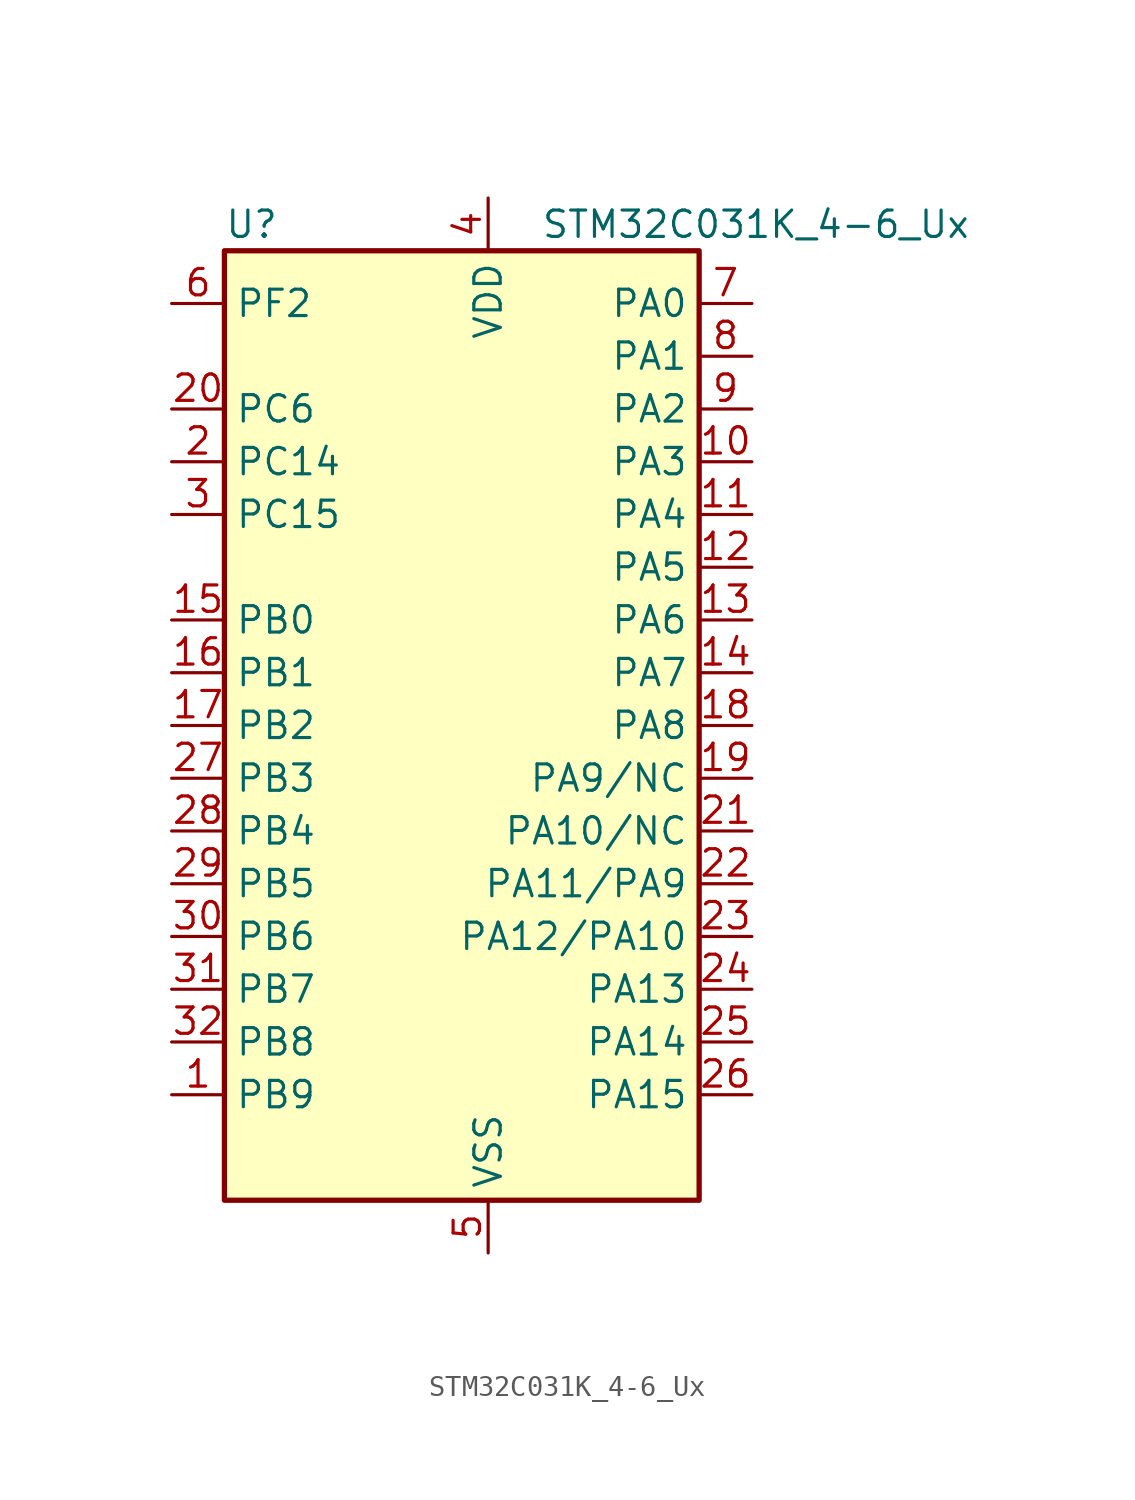
<source format=kicad_sym>
(kicad_symbol_lib
  (version 20211014)
  (generator kicad-library-utils)
  (symbol "STM32C031K_4-6_Ux"
    (property "Reference" "U"
      (at -10.16 24.13 0)
      (effects (font (size 1.27 1.27)) (justify left)))
    (property "Value" "STM32C031K_4-6_Ux"
      (at 5.08 24.13 0)
      (effects (font (size 1.27 1.27)) (justify left)))
    (property "ki_fp_filters" "QFN*1EP*5x5mm*P0.5mm*"
      (at 0.0 0.0 0.0)
      (effects (font (size 1.27 1.27))))
    (symbol "STM32C031K_4-6_Ux_0_1"
      (rectangle (start -10.16 -22.86) (end 12.7 22.86) (stroke (width 0.254)) (fill (type background))))
    (symbol "STM32C031K_4-6_Ux_1_1"
      (pin bidirectional line (at -12.7 20.32 0) (length 2.54) (name "PF2" (effects (font (size 1.27 1.27)))) (number "6" (effects (font (size 1.27 1.27)))) (alternate "RCC_MCO" bidirectional line) (alternate "TIM1_CH4" bidirectional line))
      (pin bidirectional line (at -12.7 15.24 0) (length 2.54) (name "PC6" (effects (font (size 1.27 1.27)))) (number "20" (effects (font (size 1.27 1.27)))) (alternate "TIM3_CH1" bidirectional line))
      (pin bidirectional line (at -12.7 12.7 0) (length 2.54) (name "PC14" (effects (font (size 1.27 1.27)))) (number "2" (effects (font (size 1.27 1.27)))) (alternate "I2C1_SDA" bidirectional line) (alternate "IR_OUT" bidirectional line) (alternate "RCC_OSCX_IN" bidirectional line) (alternate "TIM17_CH1" bidirectional line) (alternate "TIM1_BKIN2" bidirectional line) (alternate "TIM1_ETR" bidirectional line) (alternate "TIM3_CH2" bidirectional line) (alternate "USART1_TX" bidirectional line) (alternate "USART2_CK" bidirectional line) (alternate "USART2_DE" bidirectional line) (alternate "USART2_RTS" bidirectional line))
      (pin bidirectional line (at -12.7 10.16 0) (length 2.54) (name "PC15" (effects (font (size 1.27 1.27)))) (number "3" (effects (font (size 1.27 1.27)))) (alternate "RCC_OSC32_EN" bidirectional line) (alternate "RCC_OSCX_OUT" bidirectional line) (alternate "RCC_OSC_EN" bidirectional line) (alternate "TIM1_ETR" bidirectional line) (alternate "TIM3_CH3" bidirectional line))
      (pin bidirectional line (at -12.7 5.08 0) (length 2.54) (name "PB0" (effects (font (size 1.27 1.27)))) (number "15" (effects (font (size 1.27 1.27)))) (alternate "ADC1_IN17" bidirectional line) (alternate "I2S1_WS" bidirectional line) (alternate "SPI1_NSS" bidirectional line) (alternate "TIM1_CH2N" bidirectional line) (alternate "TIM3_CH3" bidirectional line))
      (pin bidirectional line (at -12.7 2.54 0) (length 2.54) (name "PB1" (effects (font (size 1.27 1.27)))) (number "16" (effects (font (size 1.27 1.27)))) (alternate "ADC1_IN18" bidirectional line) (alternate "TIM14_CH1" bidirectional line) (alternate "TIM1_CH2N" bidirectional line) (alternate "TIM1_CH3N" bidirectional line) (alternate "TIM3_CH4" bidirectional line))
      (pin bidirectional line (at -12.7 0.0 0) (length 2.54) (name "PB2" (effects (font (size 1.27 1.27)))) (number "17" (effects (font (size 1.27 1.27)))) (alternate "ADC1_IN19" bidirectional line) (alternate "RCC_MCO_2" bidirectional line) (alternate "USART1_RX" bidirectional line))
      (pin bidirectional line (at -12.7 -2.54 0) (length 2.54) (name "PB3" (effects (font (size 1.27 1.27)))) (number "27" (effects (font (size 1.27 1.27)))) (alternate "I2S1_CK" bidirectional line) (alternate "SPI1_SCK" bidirectional line) (alternate "TIM1_CH2" bidirectional line) (alternate "TIM3_CH2" bidirectional line) (alternate "USART1_CK" bidirectional line) (alternate "USART1_DE" bidirectional line) (alternate "USART1_RTS" bidirectional line))
      (pin bidirectional line (at -12.7 -5.08 0) (length 2.54) (name "PB4" (effects (font (size 1.27 1.27)))) (number "28" (effects (font (size 1.27 1.27)))) (alternate "I2S1_MCK" bidirectional line) (alternate "SPI1_MISO" bidirectional line) (alternate "TIM17_BKIN" bidirectional line) (alternate "TIM3_CH1" bidirectional line) (alternate "USART1_CTS" bidirectional line) (alternate "USART1_NSS" bidirectional line))
      (pin bidirectional line (at -12.7 -7.62 0) (length 2.54) (name "PB5" (effects (font (size 1.27 1.27)))) (number "29" (effects (font (size 1.27 1.27)))) (alternate "I2C1_SMBA" bidirectional line) (alternate "I2S1_SD" bidirectional line) (alternate "PWR_WKUP6" bidirectional line) (alternate "SPI1_MOSI" bidirectional line) (alternate "TIM16_BKIN" bidirectional line) (alternate "TIM3_CH2" bidirectional line) (alternate "TIM3_CH3" bidirectional line))
      (pin bidirectional line (at -12.7 -10.16 0) (length 2.54) (name "PB6" (effects (font (size 1.27 1.27)))) (number "30" (effects (font (size 1.27 1.27)))) (alternate "I2C1_SCL" bidirectional line) (alternate "I2C1_SMBA" bidirectional line) (alternate "I2S1_CK" bidirectional line) (alternate "I2S1_MCK" bidirectional line) (alternate "I2S1_SD" bidirectional line) (alternate "PWR_WKUP3" bidirectional line) (alternate "SPI1_MISO" bidirectional line) (alternate "SPI1_MOSI" bidirectional line) (alternate "SPI1_SCK" bidirectional line) (alternate "TIM16_BKIN" bidirectional line) (alternate "TIM16_CH1N" bidirectional line) (alternate "TIM17_BKIN" bidirectional line) (alternate "TIM1_CH2" bidirectional line) (alternate "TIM1_CH3" bidirectional line) (alternate "TIM3_CH1" bidirectional line) (alternate "TIM3_CH2" bidirectional line) (alternate "TIM3_CH3" bidirectional line) (alternate "USART1_CK" bidirectional line) (alternate "USART1_CTS" bidirectional line) (alternate "USART1_DE" bidirectional line) (alternate "USART1_NSS" bidirectional line) (alternate "USART1_RTS" bidirectional line) (alternate "USART1_TX" bidirectional line))
      (pin bidirectional line (at -12.7 -12.7 0) (length 2.54) (name "PB7" (effects (font (size 1.27 1.27)))) (number "31" (effects (font (size 1.27 1.27)))) (alternate "I2C1_SCL" bidirectional line) (alternate "I2C1_SDA" bidirectional line) (alternate "RTC_REFIN" bidirectional line) (alternate "TIM16_CH1" bidirectional line) (alternate "TIM17_CH1N" bidirectional line) (alternate "TIM1_CH4" bidirectional line) (alternate "TIM3_CH1" bidirectional line) (alternate "TIM3_CH4" bidirectional line) (alternate "USART1_RX" bidirectional line) (alternate "USART2_CTS" bidirectional line) (alternate "USART2_NSS" bidirectional line))
      (pin bidirectional line (at -12.7 -15.24 0) (length 2.54) (name "PB8" (effects (font (size 1.27 1.27)))) (number "32" (effects (font (size 1.27 1.27)))) (alternate "I2C1_SCL" bidirectional line) (alternate "TIM16_CH1" bidirectional line) (alternate "TIM3_CH1" bidirectional line) (alternate "USART2_CTS" bidirectional line) (alternate "USART2_NSS" bidirectional line))
      (pin bidirectional line (at -12.7 -17.78 0) (length 2.54) (name "PB9" (effects (font (size 1.27 1.27)))) (number "1" (effects (font (size 1.27 1.27)))) (alternate "I2C1_SDA" bidirectional line) (alternate "IR_OUT" bidirectional line) (alternate "TIM17_CH1" bidirectional line) (alternate "TIM3_CH2" bidirectional line) (alternate "USART2_CK" bidirectional line) (alternate "USART2_DE" bidirectional line) (alternate "USART2_RTS" bidirectional line))
      (pin bidirectional line (at 15.24 20.32 180) (length 2.54) (name "PA0" (effects (font (size 1.27 1.27)))) (number "7" (effects (font (size 1.27 1.27)))) (alternate "ADC1_IN0" bidirectional line) (alternate "PWR_WKUP1" bidirectional line) (alternate "TIM16_CH1" bidirectional line) (alternate "TIM1_CH1" bidirectional line) (alternate "USART1_TX" bidirectional line) (alternate "USART2_CTS" bidirectional line) (alternate "USART2_NSS" bidirectional line))
      (pin bidirectional line (at 15.24 17.78 180) (length 2.54) (name "PA1" (effects (font (size 1.27 1.27)))) (number "8" (effects (font (size 1.27 1.27)))) (alternate "ADC1_IN1" bidirectional line) (alternate "I2C1_SMBA" bidirectional line) (alternate "I2S1_CK" bidirectional line) (alternate "SPI1_SCK" bidirectional line) (alternate "TIM17_CH1" bidirectional line) (alternate "TIM1_CH2" bidirectional line) (alternate "USART1_RX" bidirectional line) (alternate "USART2_CK" bidirectional line) (alternate "USART2_DE" bidirectional line) (alternate "USART2_RTS" bidirectional line))
      (pin bidirectional line (at 15.24 15.24 180) (length 2.54) (name "PA2" (effects (font (size 1.27 1.27)))) (number "9" (effects (font (size 1.27 1.27)))) (alternate "ADC1_IN2" bidirectional line) (alternate "I2S1_SD" bidirectional line) (alternate "PWR_WKUP4" bidirectional line) (alternate "RCC_LSCO" bidirectional line) (alternate "SPI1_MOSI" bidirectional line) (alternate "TIM16_CH1N" bidirectional line) (alternate "TIM1_CH3" bidirectional line) (alternate "TIM3_ETR" bidirectional line) (alternate "USART2_TX" bidirectional line))
      (pin bidirectional line (at 15.24 12.7 180) (length 2.54) (name "PA3" (effects (font (size 1.27 1.27)))) (number "10" (effects (font (size 1.27 1.27)))) (alternate "ADC1_IN3" bidirectional line) (alternate "TIM1_CH1N" bidirectional line) (alternate "TIM1_CH4" bidirectional line) (alternate "USART2_RX" bidirectional line))
      (pin bidirectional line (at 15.24 10.16 180) (length 2.54) (name "PA4" (effects (font (size 1.27 1.27)))) (number "11" (effects (font (size 1.27 1.27)))) (alternate "ADC1_IN4" bidirectional line) (alternate "I2S1_WS" bidirectional line) (alternate "PWR_WKUP2" bidirectional line) (alternate "RTC_OUT1" bidirectional line) (alternate "RTC_TS" bidirectional line) (alternate "SPI1_NSS" bidirectional line) (alternate "TIM14_CH1" bidirectional line) (alternate "TIM17_CH1N" bidirectional line) (alternate "TIM1_CH2N" bidirectional line) (alternate "USART2_TX" bidirectional line))
      (pin bidirectional line (at 15.24 7.62 180) (length 2.54) (name "PA5" (effects (font (size 1.27 1.27)))) (number "12" (effects (font (size 1.27 1.27)))) (alternate "ADC1_IN5" bidirectional line) (alternate "I2S1_CK" bidirectional line) (alternate "SPI1_SCK" bidirectional line) (alternate "TIM1_CH1" bidirectional line) (alternate "TIM1_CH3N" bidirectional line) (alternate "USART2_RX" bidirectional line))
      (pin bidirectional line (at 15.24 5.08 180) (length 2.54) (name "PA6" (effects (font (size 1.27 1.27)))) (number "13" (effects (font (size 1.27 1.27)))) (alternate "ADC1_IN6" bidirectional line) (alternate "I2S1_MCK" bidirectional line) (alternate "SPI1_MISO" bidirectional line) (alternate "TIM16_CH1" bidirectional line) (alternate "TIM1_BKIN" bidirectional line) (alternate "TIM3_CH1" bidirectional line))
      (pin bidirectional line (at 15.24 2.54 180) (length 2.54) (name "PA7" (effects (font (size 1.27 1.27)))) (number "14" (effects (font (size 1.27 1.27)))) (alternate "ADC1_IN7" bidirectional line) (alternate "I2S1_SD" bidirectional line) (alternate "SPI1_MOSI" bidirectional line) (alternate "TIM14_CH1" bidirectional line) (alternate "TIM17_CH1" bidirectional line) (alternate "TIM1_CH1N" bidirectional line) (alternate "TIM3_CH2" bidirectional line))
      (pin bidirectional line (at 15.24 0.0 180) (length 2.54) (name "PA8" (effects (font (size 1.27 1.27)))) (number "18" (effects (font (size 1.27 1.27)))) (alternate "ADC1_IN8" bidirectional line) (alternate "I2S1_WS" bidirectional line) (alternate "RCC_MCO" bidirectional line) (alternate "RCC_MCO_2" bidirectional line) (alternate "SPI1_NSS" bidirectional line) (alternate "TIM14_CH1" bidirectional line) (alternate "TIM1_CH1" bidirectional line) (alternate "TIM1_CH2N" bidirectional line) (alternate "TIM1_CH3N" bidirectional line) (alternate "TIM3_CH3" bidirectional line) (alternate "TIM3_CH4" bidirectional line) (alternate "USART1_RX" bidirectional line) (alternate "USART2_TX" bidirectional line))
      (pin bidirectional line (at 15.24 -2.54 180) (length 2.54) (name "PA9/NC" (effects (font (size 1.27 1.27)))) (number "19" (effects (font (size 1.27 1.27)))) (alternate "I2C1_SCL" bidirectional line) (alternate "RCC_MCO" bidirectional line) (alternate "TIM1_CH2" bidirectional line) (alternate "TIM3_ETR" bidirectional line) (alternate "USART1_TX" bidirectional line))
      (pin bidirectional line (at 15.24 -5.08 180) (length 2.54) (name "PA10/NC" (effects (font (size 1.27 1.27)))) (number "21" (effects (font (size 1.27 1.27)))) (alternate "I2C1_SDA" bidirectional line) (alternate "RCC_MCO_2" bidirectional line) (alternate "TIM17_BKIN" bidirectional line) (alternate "TIM1_CH3" bidirectional line) (alternate "USART1_RX" bidirectional line))
      (pin bidirectional line (at 15.24 -7.62 180) (length 2.54) (name "PA11/PA9" (effects (font (size 1.27 1.27)))) (number "22" (effects (font (size 1.27 1.27)))) (alternate "ADC1_EXTI11" bidirectional line) (alternate "ADC1_IN11" bidirectional line) (alternate "I2S1_MCK" bidirectional line) (alternate "SPI1_MISO" bidirectional line) (alternate "TIM1_BKIN2" bidirectional line) (alternate "TIM1_CH4" bidirectional line) (alternate "USART1_CTS" bidirectional line) (alternate "USART1_NSS" bidirectional line))
      (pin bidirectional line (at 15.24 -10.16 180) (length 2.54) (name "PA12/PA10" (effects (font (size 1.27 1.27)))) (number "23" (effects (font (size 1.27 1.27)))) (alternate "ADC1_IN12" bidirectional line) (alternate "I2S1_SD" bidirectional line) (alternate "I2S_CKIN" bidirectional line) (alternate "SPI1_MOSI" bidirectional line) (alternate "TIM1_ETR" bidirectional line) (alternate "USART1_CK" bidirectional line) (alternate "USART1_DE" bidirectional line) (alternate "USART1_RTS" bidirectional line))
      (pin bidirectional line (at 15.24 -12.7 180) (length 2.54) (name "PA13" (effects (font (size 1.27 1.27)))) (number "24" (effects (font (size 1.27 1.27)))) (alternate "ADC1_IN13" bidirectional line) (alternate "DEBUG_SWDIO" bidirectional line) (alternate "IR_OUT" bidirectional line) (alternate "TIM3_ETR" bidirectional line) (alternate "USART2_RX" bidirectional line))
      (pin bidirectional line (at 15.24 -15.24 180) (length 2.54) (name "PA14" (effects (font (size 1.27 1.27)))) (number "25" (effects (font (size 1.27 1.27)))) (alternate "ADC1_IN14" bidirectional line) (alternate "DEBUG_SWCLK" bidirectional line) (alternate "I2S1_WS" bidirectional line) (alternate "RCC_MCO_2" bidirectional line) (alternate "SPI1_NSS" bidirectional line) (alternate "TIM1_CH1" bidirectional line) (alternate "USART1_CK" bidirectional line) (alternate "USART1_DE" bidirectional line) (alternate "USART1_RTS" bidirectional line) (alternate "USART2_RX" bidirectional line) (alternate "USART2_TX" bidirectional line))
      (pin bidirectional line (at 15.24 -17.78 180) (length 2.54) (name "PA15" (effects (font (size 1.27 1.27)))) (number "26" (effects (font (size 1.27 1.27)))) (alternate "I2S1_WS" bidirectional line) (alternate "RCC_MCO_2" bidirectional line) (alternate "SPI1_NSS" bidirectional line) (alternate "TIM1_CH1" bidirectional line) (alternate "USART1_CK" bidirectional line) (alternate "USART1_DE" bidirectional line) (alternate "USART1_RTS" bidirectional line) (alternate "USART2_RX" bidirectional line))
      (pin power_in line (at 2.54 25.4 270) (length 2.54) (name "VDD" (effects (font (size 1.27 1.27)))) (number "4" (effects (font (size 1.27 1.27)))))
      (pin power_in line (at 2.54 -25.4 90) (length 2.54) (name "VSS" (effects (font (size 1.27 1.27)))) (number "5" (effects (font (size 1.27 1.27)))))
      (pin passive line (at 2.54 -25.4 90) (length 2.54) hide (name "VSS" (effects (font (size 1.27 1.27)))) (number "33" (effects (font (size 1.27 1.27))))))))
</source>
